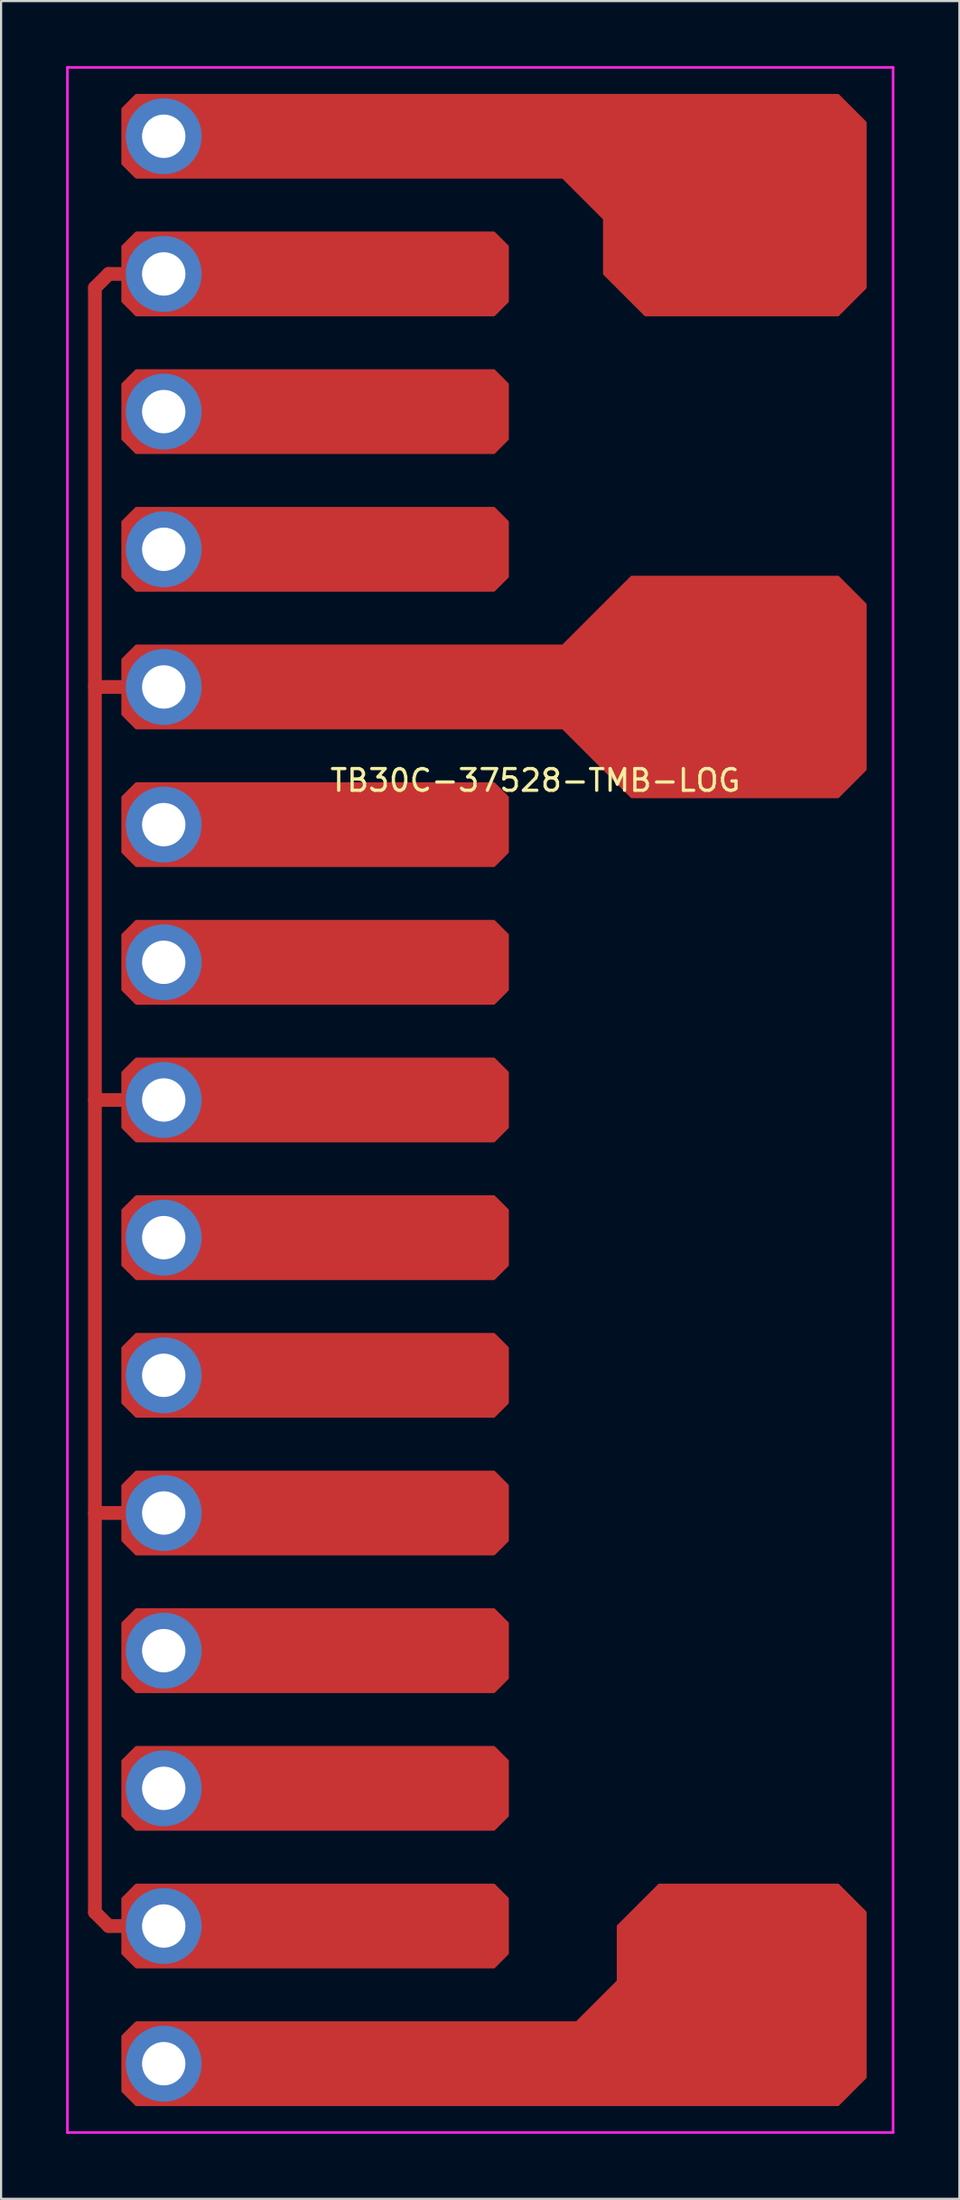
<source format=kicad_pcb>
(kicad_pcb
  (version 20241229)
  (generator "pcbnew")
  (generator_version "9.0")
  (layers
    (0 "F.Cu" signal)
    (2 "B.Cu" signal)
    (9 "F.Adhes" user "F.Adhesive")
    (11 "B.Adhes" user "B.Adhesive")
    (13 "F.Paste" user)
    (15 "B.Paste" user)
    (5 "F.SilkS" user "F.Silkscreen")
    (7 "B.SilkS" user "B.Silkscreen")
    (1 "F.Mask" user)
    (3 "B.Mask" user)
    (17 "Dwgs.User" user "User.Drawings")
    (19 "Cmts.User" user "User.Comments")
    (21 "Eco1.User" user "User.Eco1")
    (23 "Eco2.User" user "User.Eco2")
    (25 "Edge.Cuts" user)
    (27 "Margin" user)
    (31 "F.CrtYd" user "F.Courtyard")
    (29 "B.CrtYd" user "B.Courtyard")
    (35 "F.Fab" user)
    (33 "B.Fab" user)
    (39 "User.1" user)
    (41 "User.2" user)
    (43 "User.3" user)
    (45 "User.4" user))
  (footprint "TB30C-37528-TMB-LOG"
    (layer "F.Cu")
    (at 15.3 48.32)
    (property "Reference" "TB30C-37528-TMB-LOG" (at 6.35 -15.375 0) (layer "F.SilkS") (effects (font (size 1 1) (thickness 0.15))))
    (attr through_hole)
    (fp_line (start -13.97 -38.1) (end -13.97 36.83) (stroke (width 0.635) (type solid)) (layer "F.Cu"))
    (fp_line (start -13.97 -38.1) (end -13.335 -38.735) (stroke (width 0.635) (type solid)) (layer "F.Cu"))
    (fp_line (start -13.97 -19.685) (end -12.065 -19.685) (stroke (width 0.635) (type solid)) (layer "F.Cu"))
    (fp_line (start -13.97 -0.635) (end -12.065 -0.635) (stroke (width 0.635) (type solid)) (layer "F.Cu"))
    (fp_line (start -13.97 18.415) (end -12.065 18.415) (stroke (width 0.635) (type solid)) (layer "F.Cu"))
    (fp_line (start -13.97 36.83) (end -13.335 37.465) (stroke (width 0.635) (type solid)) (layer "F.Cu"))
    (fp_line (start -13.335 -38.735) (end -12.065 -38.735) (stroke (width 0.635) (type solid)) (layer "F.Cu"))
    (fp_line (start -13.335 37.465) (end -12.065 37.465) (stroke (width 0.635) (type solid)) (layer "F.Cu"))
    (fp_poly (pts (xy 5.08 -40.005) (xy 5.08 -37.465) (xy 4.445 -36.83) (xy -12.065 -36.83) (xy -12.7 -37.465) (xy -12.7 -40.005) (xy -12.065 -40.64) (xy 4.445 -40.64)) (stroke (width 0.1) (type solid)) (fill yes) (layer "F.Cu"))
    (fp_poly (pts (xy 5.08 -33.655) (xy 5.08 -31.115) (xy 4.445 -30.48) (xy -12.065 -30.48) (xy -12.7 -31.115) (xy -12.7 -33.655) (xy -12.065 -34.29) (xy 4.445 -34.29)) (stroke (width 0.1) (type solid)) (fill yes) (layer "F.Cu"))
    (fp_poly (pts (xy 5.08 -27.305) (xy 5.08 -24.765) (xy 4.445 -24.13) (xy -12.065 -24.13) (xy -12.7 -24.765) (xy -12.7 -27.305) (xy -12.065 -27.94) (xy 4.445 -27.94)) (stroke (width 0.1) (type solid)) (fill yes) (layer "F.Cu"))
    (fp_poly (pts (xy 5.08 -14.605) (xy 5.08 -12.065) (xy 4.445 -11.43) (xy -12.065 -11.43) (xy -12.7 -12.065) (xy -12.7 -14.605) (xy -12.065 -15.24) (xy 4.445 -15.24)) (stroke (width 0.1) (type solid)) (fill yes) (layer "F.Cu"))
    (fp_poly (pts (xy 5.08 -8.255) (xy 5.08 -5.715) (xy 4.445 -5.08) (xy -12.065 -5.08) (xy -12.7 -5.715) (xy -12.7 -8.255) (xy -12.065 -8.89) (xy 4.445 -8.89)) (stroke (width 0.1) (type solid)) (fill yes) (layer "F.Cu"))
    (fp_poly (pts (xy 5.08 -1.905) (xy 5.08 0.635) (xy 4.445 1.27) (xy -12.065 1.27) (xy -12.7 0.635) (xy -12.7 -1.905) (xy -12.065 -2.54) (xy 4.445 -2.54)) (stroke (width 0.1) (type solid)) (fill yes) (layer "F.Cu"))
    (fp_poly (pts (xy 5.08 4.445) (xy 5.08 6.985) (xy 4.445 7.62) (xy -12.065 7.62) (xy -12.7 6.985) (xy -12.7 4.445) (xy -12.065 3.81) (xy 4.445 3.81)) (stroke (width 0.1) (type solid)) (fill yes) (layer "F.Cu"))
    (fp_poly (pts (xy 5.08 10.795) (xy 5.08 13.335) (xy 4.445 13.97) (xy -12.065 13.97) (xy -12.7 13.335) (xy -12.7 10.795) (xy -12.065 10.16) (xy 4.445 10.16)) (stroke (width 0.1) (type solid)) (fill yes) (layer "F.Cu"))
    (fp_poly (pts (xy 5.08 17.145) (xy 5.08 19.685) (xy 4.445 20.32) (xy -12.065 20.32) (xy -12.7 19.685) (xy -12.7 17.145) (xy -12.065 16.51) (xy 4.445 16.51)) (stroke (width 0.1) (type solid)) (fill yes) (layer "F.Cu"))
    (fp_poly (pts (xy 5.08 23.495) (xy 5.08 26.035) (xy 4.445 26.67) (xy -12.065 26.67) (xy -12.7 26.035) (xy -12.7 23.495) (xy -12.065 22.86) (xy 4.445 22.86)) (stroke (width 0.1) (type solid)) (fill yes) (layer "F.Cu"))
    (fp_poly (pts (xy 5.08 29.845) (xy 5.08 32.385) (xy 4.445 33.02) (xy -12.065 33.02) (xy -12.7 32.385) (xy -12.7 29.845) (xy -12.065 29.21) (xy 4.445 29.21)) (stroke (width 0.1) (type solid)) (fill yes) (layer "F.Cu"))
    (fp_poly (pts (xy 5.08 36.195) (xy 5.08 38.735) (xy 4.445 39.37) (xy -12.065 39.37) (xy -12.7 38.735) (xy -12.7 36.195) (xy -12.065 35.56) (xy 4.445 35.56)) (stroke (width 0.1) (type solid)) (fill yes) (layer "F.Cu"))
    (fp_poly (pts (xy 21.59 -45.72) (xy 21.59 -38.1) (xy 20.32 -36.83) (xy 11.43 -36.83) (xy 9.525 -38.735) (xy 9.525 -41.275) (xy 7.62 -43.18) (xy -12.065 -43.18) (xy -12.7 -43.815) (xy -12.7 -46.355) (xy -12.065 -46.99) (xy 20.32 -46.99)) (stroke (width 0.1) (type solid)) (fill yes) (layer "F.Cu"))
    (fp_poly (pts (xy 21.59 -23.495) (xy 21.59 -15.875) (xy 20.32 -14.605) (xy 10.795 -14.605) (xy 7.62 -17.78) (xy -12.065 -17.78) (xy -12.7 -18.415) (xy -12.7 -20.955) (xy -12.065 -21.59) (xy 7.62 -21.59) (xy 10.795 -24.765) (xy 20.32 -24.765)) (stroke (width 0.1) (type solid)) (fill yes) (layer "F.Cu"))
    (fp_poly (pts (xy 21.59 36.83) (xy 21.59 44.45) (xy 20.32 45.72) (xy -12.065 45.72) (xy -12.7 45.085) (xy -12.7 42.545) (xy -12.065 41.91) (xy 8.255 41.91) (xy 10.16 40.005) (xy 10.16 37.465) (xy 12.065 35.56) (xy 20.32 35.56)) (stroke (width 0.1) (type solid)) (fill yes) (layer "F.Cu"))
    (fp_poly (pts (xy 4.889 -39.941) (xy 4.889 -37.529) (xy 4.381 -37.02) (xy -12.002 -37.02) (xy -12.509 -37.529) (xy -12.509 -39.941) (xy -12.002 -40.45) (xy 4.381 -40.45)) (stroke (width 0.1) (type solid)) (fill yes) (layer "F.Mask"))
    (fp_poly (pts (xy 4.889 -33.592) (xy 4.889 -31.178) (xy 4.381 -30.671) (xy -12.002 -30.671) (xy -12.509 -31.178) (xy -12.509 -33.592) (xy -12.002 -34.099) (xy 4.381 -34.099)) (stroke (width 0.1) (type solid)) (fill yes) (layer "F.Mask"))
    (fp_poly (pts (xy 4.889 -27.241) (xy 4.889 -24.828) (xy 4.381 -24.32) (xy -12.002 -24.32) (xy -12.509 -24.828) (xy -12.509 -27.241) (xy -12.002 -27.75) (xy 4.381 -27.75)) (stroke (width 0.1) (type solid)) (fill yes) (layer "F.Mask"))
    (fp_poly (pts (xy 4.889 -14.541) (xy 4.889 -12.129) (xy 4.381 -11.62) (xy -12.002 -11.62) (xy -12.509 -12.129) (xy -12.509 -14.541) (xy -12.002 -15.05) (xy 4.381 -15.05)) (stroke (width 0.1) (type solid)) (fill yes) (layer "F.Mask"))
    (fp_poly (pts (xy 4.889 -8.191) (xy 4.889 -5.779) (xy 4.381 -5.271) (xy -12.002 -5.271) (xy -12.509 -5.779) (xy -12.509 -8.191) (xy -12.002 -8.7) (xy 4.381 -8.7)) (stroke (width 0.1) (type solid)) (fill yes) (layer "F.Mask"))
    (fp_poly (pts (xy 4.889 -1.841) (xy 4.889 0.572) (xy 4.381 1.079) (xy -12.002 1.079) (xy -12.509 0.572) (xy -12.509 -1.841) (xy -12.002 -2.349) (xy 4.381 -2.349)) (stroke (width 0.1) (type solid)) (fill yes) (layer "F.Mask"))
    (fp_poly (pts (xy 4.889 4.508) (xy 4.889 6.921) (xy 4.381 7.429) (xy -12.002 7.429) (xy -12.509 6.921) (xy -12.509 4.508) (xy -12.002 4) (xy 4.381 4)) (stroke (width 0.1) (type solid)) (fill yes) (layer "F.Mask"))
    (fp_poly (pts (xy 4.889 10.858) (xy 4.889 13.271) (xy 4.381 13.78) (xy -12.002 13.78) (xy -12.509 13.271) (xy -12.509 10.858) (xy -12.002 10.351) (xy 4.381 10.351)) (stroke (width 0.1) (type solid)) (fill yes) (layer "F.Mask"))
    (fp_poly (pts (xy 4.889 17.209) (xy 4.889 19.622) (xy 4.381 20.13) (xy -12.002 20.13) (xy -12.509 19.622) (xy -12.509 17.209) (xy -12.002 16.701) (xy 4.381 16.701)) (stroke (width 0.1) (type solid)) (fill yes) (layer "F.Mask"))
    (fp_poly (pts (xy 4.889 23.558) (xy 4.889 25.971) (xy 4.381 26.48) (xy -12.002 26.48) (xy -12.509 25.971) (xy -12.509 23.558) (xy -12.002 23.05) (xy 4.381 23.05)) (stroke (width 0.1) (type solid)) (fill yes) (layer "F.Mask"))
    (fp_poly (pts (xy 4.889 29.909) (xy 4.889 32.322) (xy 4.381 32.83) (xy -12.002 32.83) (xy -12.509 32.322) (xy -12.509 29.909) (xy -12.002 29.401) (xy 4.381 29.401)) (stroke (width 0.1) (type solid)) (fill yes) (layer "F.Mask"))
    (fp_poly (pts (xy 4.889 36.258) (xy 4.889 38.672) (xy 4.381 39.179) (xy -12.002 39.179) (xy -12.509 38.672) (xy -12.509 36.258) (xy -12.002 35.751) (xy 4.381 35.751)) (stroke (width 0.1) (type solid)) (fill yes) (layer "F.Mask"))
    (fp_poly (pts (xy 21.399 -45.657) (xy 21.399 -38.163) (xy 20.256 -37.02) (xy 11.493 -37.02) (xy 9.716 -38.798) (xy 9.716 -41.339) (xy 7.684 -43.37) (xy -12.002 -43.37) (xy -12.509 -43.879) (xy -12.509 -46.291) (xy -12.002 -46.8) (xy 20.256 -46.8)) (stroke (width 0.1) (type solid)) (fill yes) (layer "F.Mask"))
    (fp_poly (pts (xy 21.399 -23.431) (xy 21.399 -15.938) (xy 20.256 -14.796) (xy 10.858 -14.796) (xy 7.684 -17.971) (xy -12.002 -17.971) (xy -12.509 -18.479) (xy -12.509 -20.892) (xy -12.002 -21.399) (xy 7.684 -21.399) (xy 10.858 -24.575) (xy 20.256 -24.575)) (stroke (width 0.1) (type solid)) (fill yes) (layer "F.Mask"))
    (fp_poly (pts (xy 21.399 36.894) (xy 21.399 44.386) (xy 20.256 45.529) (xy -12.002 45.529) (xy -12.509 45.022) (xy -12.509 42.608) (xy -12.002 42.1) (xy 8.319 42.1) (xy 10.351 40.069) (xy 10.351 37.529) (xy 12.129 35.751) (xy 20.256 35.751)) (stroke (width 0.1) (type solid)) (fill yes) (layer "F.Mask"))
    (fp_line (start -15.24 -48.26) (end -15.24 46.99) (stroke (width 0.12) (type solid)) (layer "F.CrtYd"))
    (fp_line (start -15.24 46.99) (end 22.86 46.99) (stroke (width 0.12) (type solid)) (layer "F.CrtYd"))
    (fp_line (start 22.86 -48.26) (end -15.24 -48.26) (stroke (width 0.12) (type solid)) (layer "F.CrtYd"))
    (fp_line (start 22.86 46.99) (end 22.86 -48.26) (stroke (width 0.12) (type solid)) (layer "F.CrtYd"))
    (pad "1" thru_hole circle (at -10.795 -32.385) (size 3.5 3.5) (drill 2) (layers "*.Cu" "B.Mask"))
    (pad "1" thru_hole circle (at -10.795 -13.335) (size 3.5 3.5) (drill 2) (layers "*.Cu" "B.Mask"))
    (pad "1" thru_hole circle (at -10.795 5.715) (size 3.5 3.5) (drill 2) (layers "*.Cu" "B.Mask"))
    (pad "1" thru_hole circle (at -10.795 24.765) (size 3.5 3.5) (drill 2) (layers "*.Cu" "B.Mask"))
    (pad "1" thru_hole circle (at -10.795 43.815) (size 3.5 3.5) (drill 2) (layers "*.Cu" "B.Mask"))
    (pad "2" thru_hole circle (at -10.795 -38.735) (size 3.5 3.5) (drill 2) (layers "*.Cu" "B.Mask"))
    (pad "2" thru_hole circle (at -10.795 -19.685) (size 3.5 3.5) (drill 2) (layers "*.Cu" "B.Mask"))
    (pad "2" thru_hole circle (at -10.795 -0.635) (size 3.5 3.5) (drill 2) (layers "*.Cu" "B.Mask"))
    (pad "2" thru_hole circle (at -10.795 18.415) (size 3.5 3.5) (drill 2) (layers "*.Cu" "B.Mask"))
    (pad "2" thru_hole circle (at -10.795 37.465) (size 3.5 3.5) (drill 2) (layers "*.Cu" "B.Mask"))
    (pad "3" thru_hole circle (at -10.795 -45.085) (size 3.5 3.5) (drill 2) (layers "*.Cu" "B.Mask"))
    (pad "3" thru_hole circle (at -10.795 -26.035) (size 3.5 3.5) (drill 2) (layers "*.Cu" "B.Mask"))
    (pad "3" thru_hole circle (at -10.795 -6.985) (size 3.5 3.5) (drill 2) (layers "*.Cu" "B.Mask"))
    (pad "3" thru_hole circle (at -10.795 12.065) (size 3.5 3.5) (drill 2) (layers "*.Cu" "B.Mask"))
    (pad "3" thru_hole circle (at -10.795 31.115) (size 3.5 3.5) (drill 2) (layers "*.Cu" "B.Mask")))
  (gr_rect
    (start -3 -3)
    (end 41.22 98.37)
    (stroke (width 0.1) (type default))
    (fill no)
    (layer "Edge.Cuts")))
</source>
